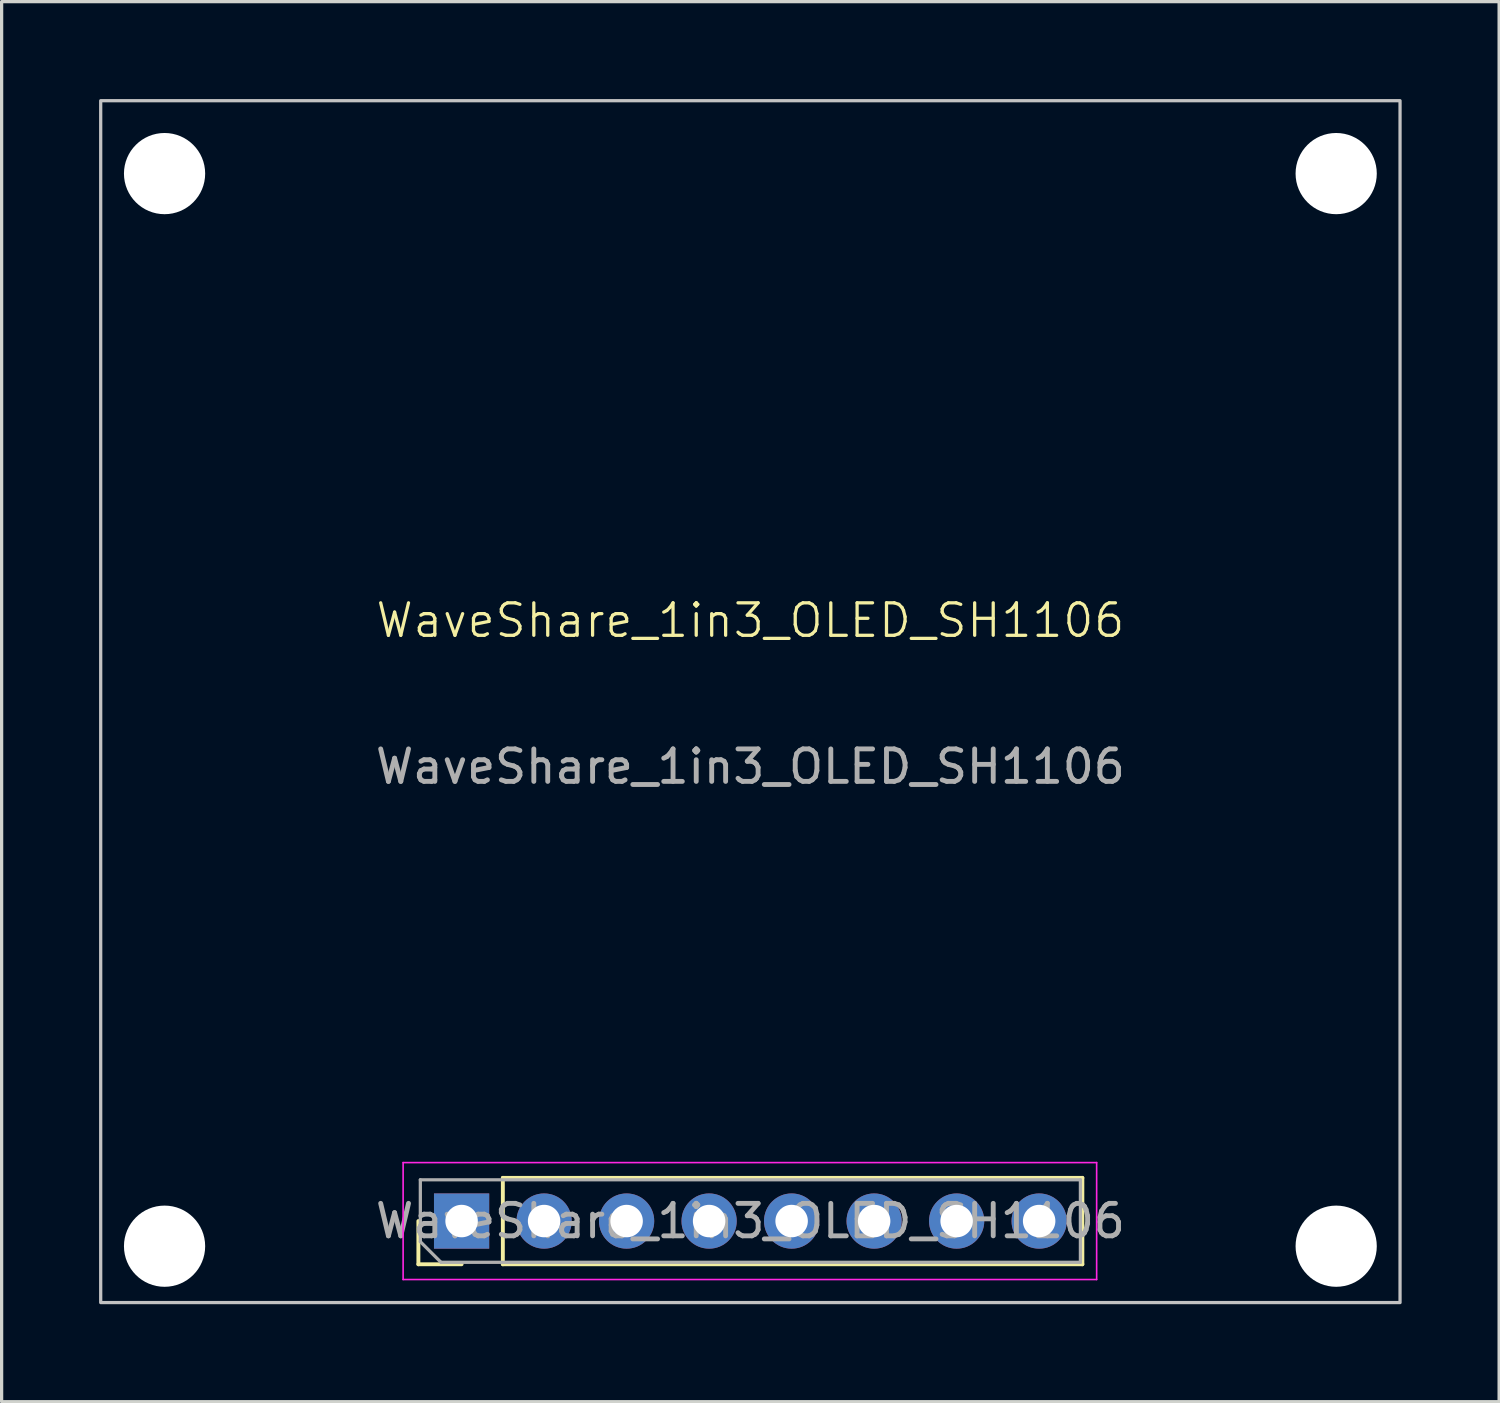
<source format=kicad_pcb>
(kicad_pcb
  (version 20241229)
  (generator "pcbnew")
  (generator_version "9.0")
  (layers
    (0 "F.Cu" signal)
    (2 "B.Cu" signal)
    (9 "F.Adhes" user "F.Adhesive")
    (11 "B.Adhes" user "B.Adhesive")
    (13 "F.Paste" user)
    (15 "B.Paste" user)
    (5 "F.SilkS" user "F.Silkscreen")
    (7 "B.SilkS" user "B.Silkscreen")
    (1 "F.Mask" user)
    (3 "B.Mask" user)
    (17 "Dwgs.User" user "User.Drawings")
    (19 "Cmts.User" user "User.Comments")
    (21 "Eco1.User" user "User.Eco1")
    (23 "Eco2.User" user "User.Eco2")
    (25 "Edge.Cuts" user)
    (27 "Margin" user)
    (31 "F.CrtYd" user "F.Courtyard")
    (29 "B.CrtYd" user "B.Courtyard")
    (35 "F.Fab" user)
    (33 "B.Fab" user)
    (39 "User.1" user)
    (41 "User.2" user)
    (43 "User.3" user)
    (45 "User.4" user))
  (footprint "WaveShare_1in3_OLED_SH1106"
    (layer "F.Cu")
    (at 20.05 18.55)
    (property "Reference" "WaveShare_1in3_OLED_SH1106" (at 0 -2.5 0) (unlocked yes) (layer "F.SilkS") (effects (font (size 1 1) (thickness 0.1))))
    (attr through_hole)
    (fp_line (start -10.22 17.32) (end -10.22 15.99) (stroke (width 0.12) (type solid)) (layer "F.SilkS"))
    (fp_line (start -8.89 17.32) (end -10.22 17.32) (stroke (width 0.12) (type solid)) (layer "F.SilkS"))
    (fp_line (start -7.62 14.66) (end 10.22 14.66) (stroke (width 0.12) (type solid)) (layer "F.SilkS"))
    (fp_line (start -7.62 17.32) (end -7.62 14.66) (stroke (width 0.12) (type solid)) (layer "F.SilkS"))
    (fp_line (start -7.62 17.32) (end 10.22 17.32) (stroke (width 0.12) (type solid)) (layer "F.SilkS"))
    (fp_line (start 10.22 17.32) (end 10.22 14.66) (stroke (width 0.12) (type solid)) (layer "F.SilkS"))
    (fp_rect (start -20 -18.5) (end 20 18.5) (stroke (width 0.1) (type default)) (fill no) (layer "Dwgs.User"))
    (fp_line (start -10.69 14.19) (end -10.69 17.79) (stroke (width 0.05) (type solid)) (layer "F.CrtYd"))
    (fp_line (start -10.69 17.79) (end 10.66 17.79) (stroke (width 0.05) (type solid)) (layer "F.CrtYd"))
    (fp_line (start 10.66 14.19) (end -10.69 14.19) (stroke (width 0.05) (type solid)) (layer "F.CrtYd"))
    (fp_line (start 10.66 17.79) (end 10.66 14.19) (stroke (width 0.05) (type solid)) (layer "F.CrtYd"))
    (fp_line (start -10.16 14.72) (end 10.16 14.72) (stroke (width 0.1) (type solid)) (layer "F.Fab"))
    (fp_line (start -10.16 16.625) (end -10.16 14.72) (stroke (width 0.1) (type solid)) (layer "F.Fab"))
    (fp_line (start -9.525 17.26) (end -10.16 16.625) (stroke (width 0.1) (type solid)) (layer "F.Fab"))
    (fp_line (start 10.16 14.72) (end 10.16 17.26) (stroke (width 0.1) (type solid)) (layer "F.Fab"))
    (fp_line (start 10.16 17.26) (end -9.525 17.26) (stroke (width 0.1) (type solid)) (layer "F.Fab"))
    (fp_text user "${REFERENCE}" (at 0 2 0) (unlocked yes) (layer "F.Fab") (effects (font (size 1 1) (thickness 0.15))))
    (fp_text user "${REFERENCE}" (at 0 15.99 180) (layer "F.Fab") (effects (font (size 1 1) (thickness 0.15))))
    (pad "" np_thru_hole circle (at -18.034 -16.256 180) (size 2.5 2.5) (drill 2.5) (layers "*.Cu" "*.Mask"))
    (pad "" np_thru_hole circle (at -18.034 16.764 180) (size 2.5 2.5) (drill 2.5) (layers "*.Cu" "*.Mask"))
    (pad "" np_thru_hole circle (at 18.034 -16.256 180) (size 2.5 2.5) (drill 2.5) (layers "*.Cu" "*.Mask"))
    (pad "" np_thru_hole circle (at 18.034 16.764 180) (size 2.5 2.5) (drill 2.5) (layers "*.Cu" "*.Mask"))
    (pad "1" thru_hole rect (at -8.89 15.99 90) (size 1.7 1.7) (drill 1) (layers "*.Cu" "*.Mask"))
    (pad "2" thru_hole oval (at -6.35 15.99 90) (size 1.7 1.7) (drill 1) (layers "*.Cu" "*.Mask"))
    (pad "3" thru_hole oval (at -3.81 15.99 90) (size 1.7 1.7) (drill 1) (layers "*.Cu" "*.Mask"))
    (pad "4" thru_hole oval (at -1.27 15.99 90) (size 1.7 1.7) (drill 1) (layers "*.Cu" "*.Mask"))
    (pad "5" thru_hole oval (at 1.27 15.99 90) (size 1.7 1.7) (drill 1) (layers "*.Cu" "*.Mask"))
    (pad "6" thru_hole oval (at 3.81 15.99 90) (size 1.7 1.7) (drill 1) (layers "*.Cu" "*.Mask"))
    (pad "7" thru_hole oval (at 6.35 15.99 90) (size 1.7 1.7) (drill 1) (layers "*.Cu" "*.Mask"))
    (pad "8" thru_hole oval (at 8.89 15.99 90) (size 1.7 1.7) (drill 1) (layers "*.Cu" "*.Mask")))
  (gr_rect
    (start -3 -3)
    (end 43.1 40.1)
    (stroke (width 0.1) (type default))
    (fill no)
    (layer "Edge.Cuts")))
</source>
